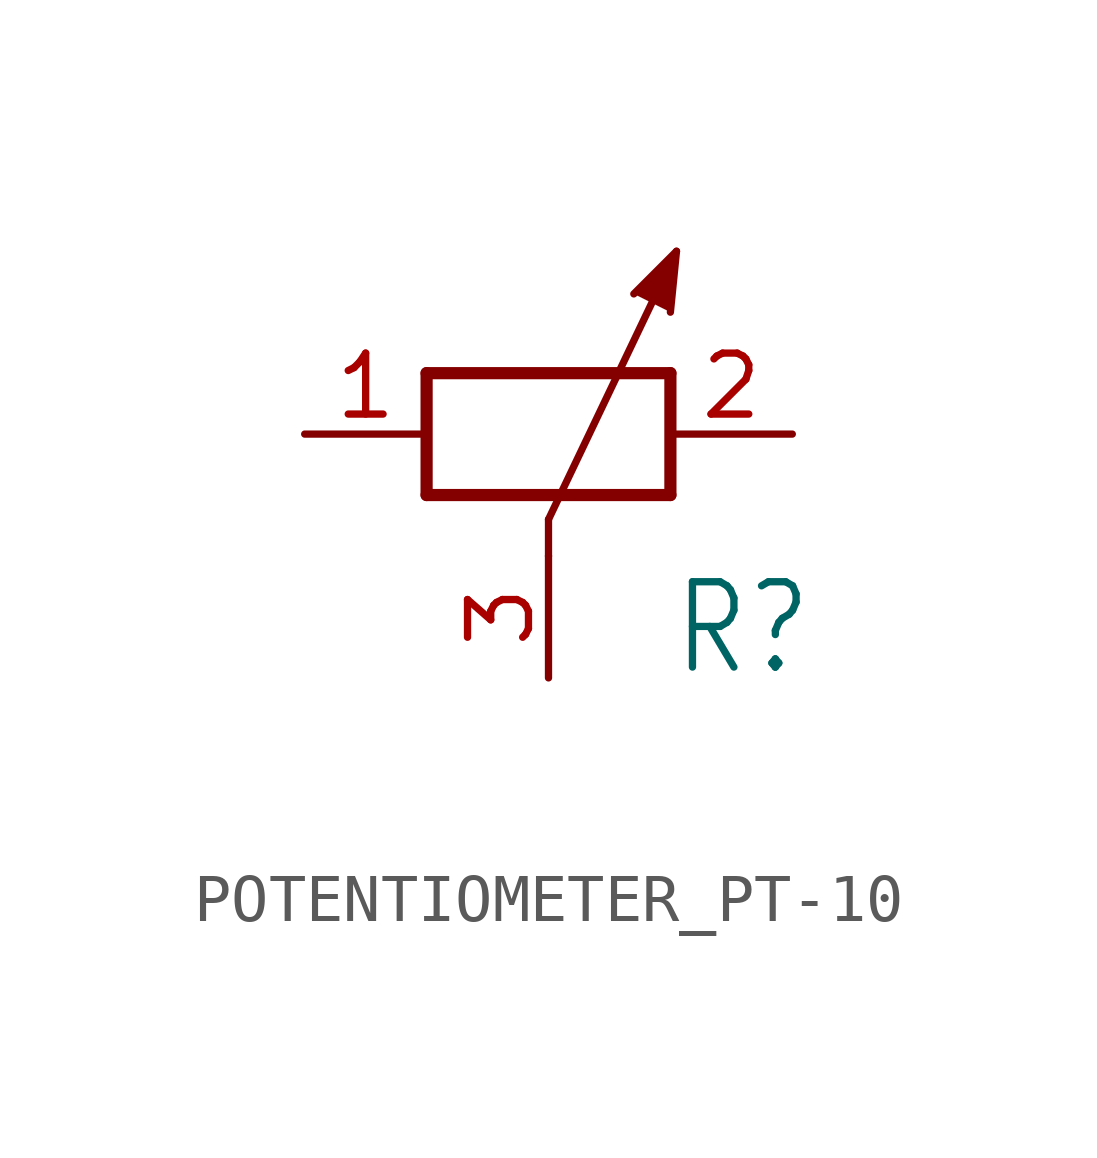
<source format=kicad_sym>
(kicad_symbol_lib
  (version 20220914)
  (generator kicad_symbol_editor)
  (symbol "POTENTIOMETER_PT-10"
    (property "Reference" "R"
      (at 2.54 -5.08 0)
      (effects (font (size 1.778 1.511)) (justify left bottom)))
    (property "Value" ""
      (at 2.54 -7.62 0)
      (effects (font (size 1.778 1.511)) (justify left bottom)))
    (property "ki_locked" ""
      (at 0 0 0)
      (effects (font (size 1.27 1.27))))
    (symbol "POTENTIOMETER_PT-10_1_0"
      (polyline (pts (xy -2.54 -1.27) (xy 2.54 -1.27)) (stroke (width 0.254) (type solid)) (fill (type none)))
      (polyline (pts (xy -2.54 1.27) (xy -2.54 -1.27)) (stroke (width 0.254) (type solid)) (fill (type none)))
      (polyline (pts (xy 0 -1.778) (xy 0 -2.54)) (stroke (width 0.152) (type solid)) (fill (type none)))
      (polyline (pts (xy 0 -1.778) (xy 2.667 3.81)) (stroke (width 0.152) (type solid)) (fill (type none)))
      (polyline (pts (xy 2.54 -1.27) (xy 2.54 1.27)) (stroke (width 0.254) (type solid)) (fill (type none)))
      (polyline (pts (xy 2.54 1.27) (xy -2.54 1.27)) (stroke (width 0.254) (type solid)) (fill (type none)))
      (polyline (pts (xy 2.54 2.54) (xy 2.667 3.81) (xy 1.778 2.921)) (stroke (width 0.152) (type solid)) (fill (type outline)))
      (pin passive line (at -5.08 0 0) (length 2.54) (name "1" (effects (font (size 0 0)))) (number "1" (effects (font (size 1.27 1.27)))))
      (pin passive line (at 5.08 0 180) (length 2.54) (name "2" (effects (font (size 0 0)))) (number "2" (effects (font (size 1.27 1.27)))))
      (pin passive line (at 0 -5.08 90) (length 2.54) (name "3" (effects (font (size 0 0)))) (number "3" (effects (font (size 1.27 1.27))))))))
</source>
